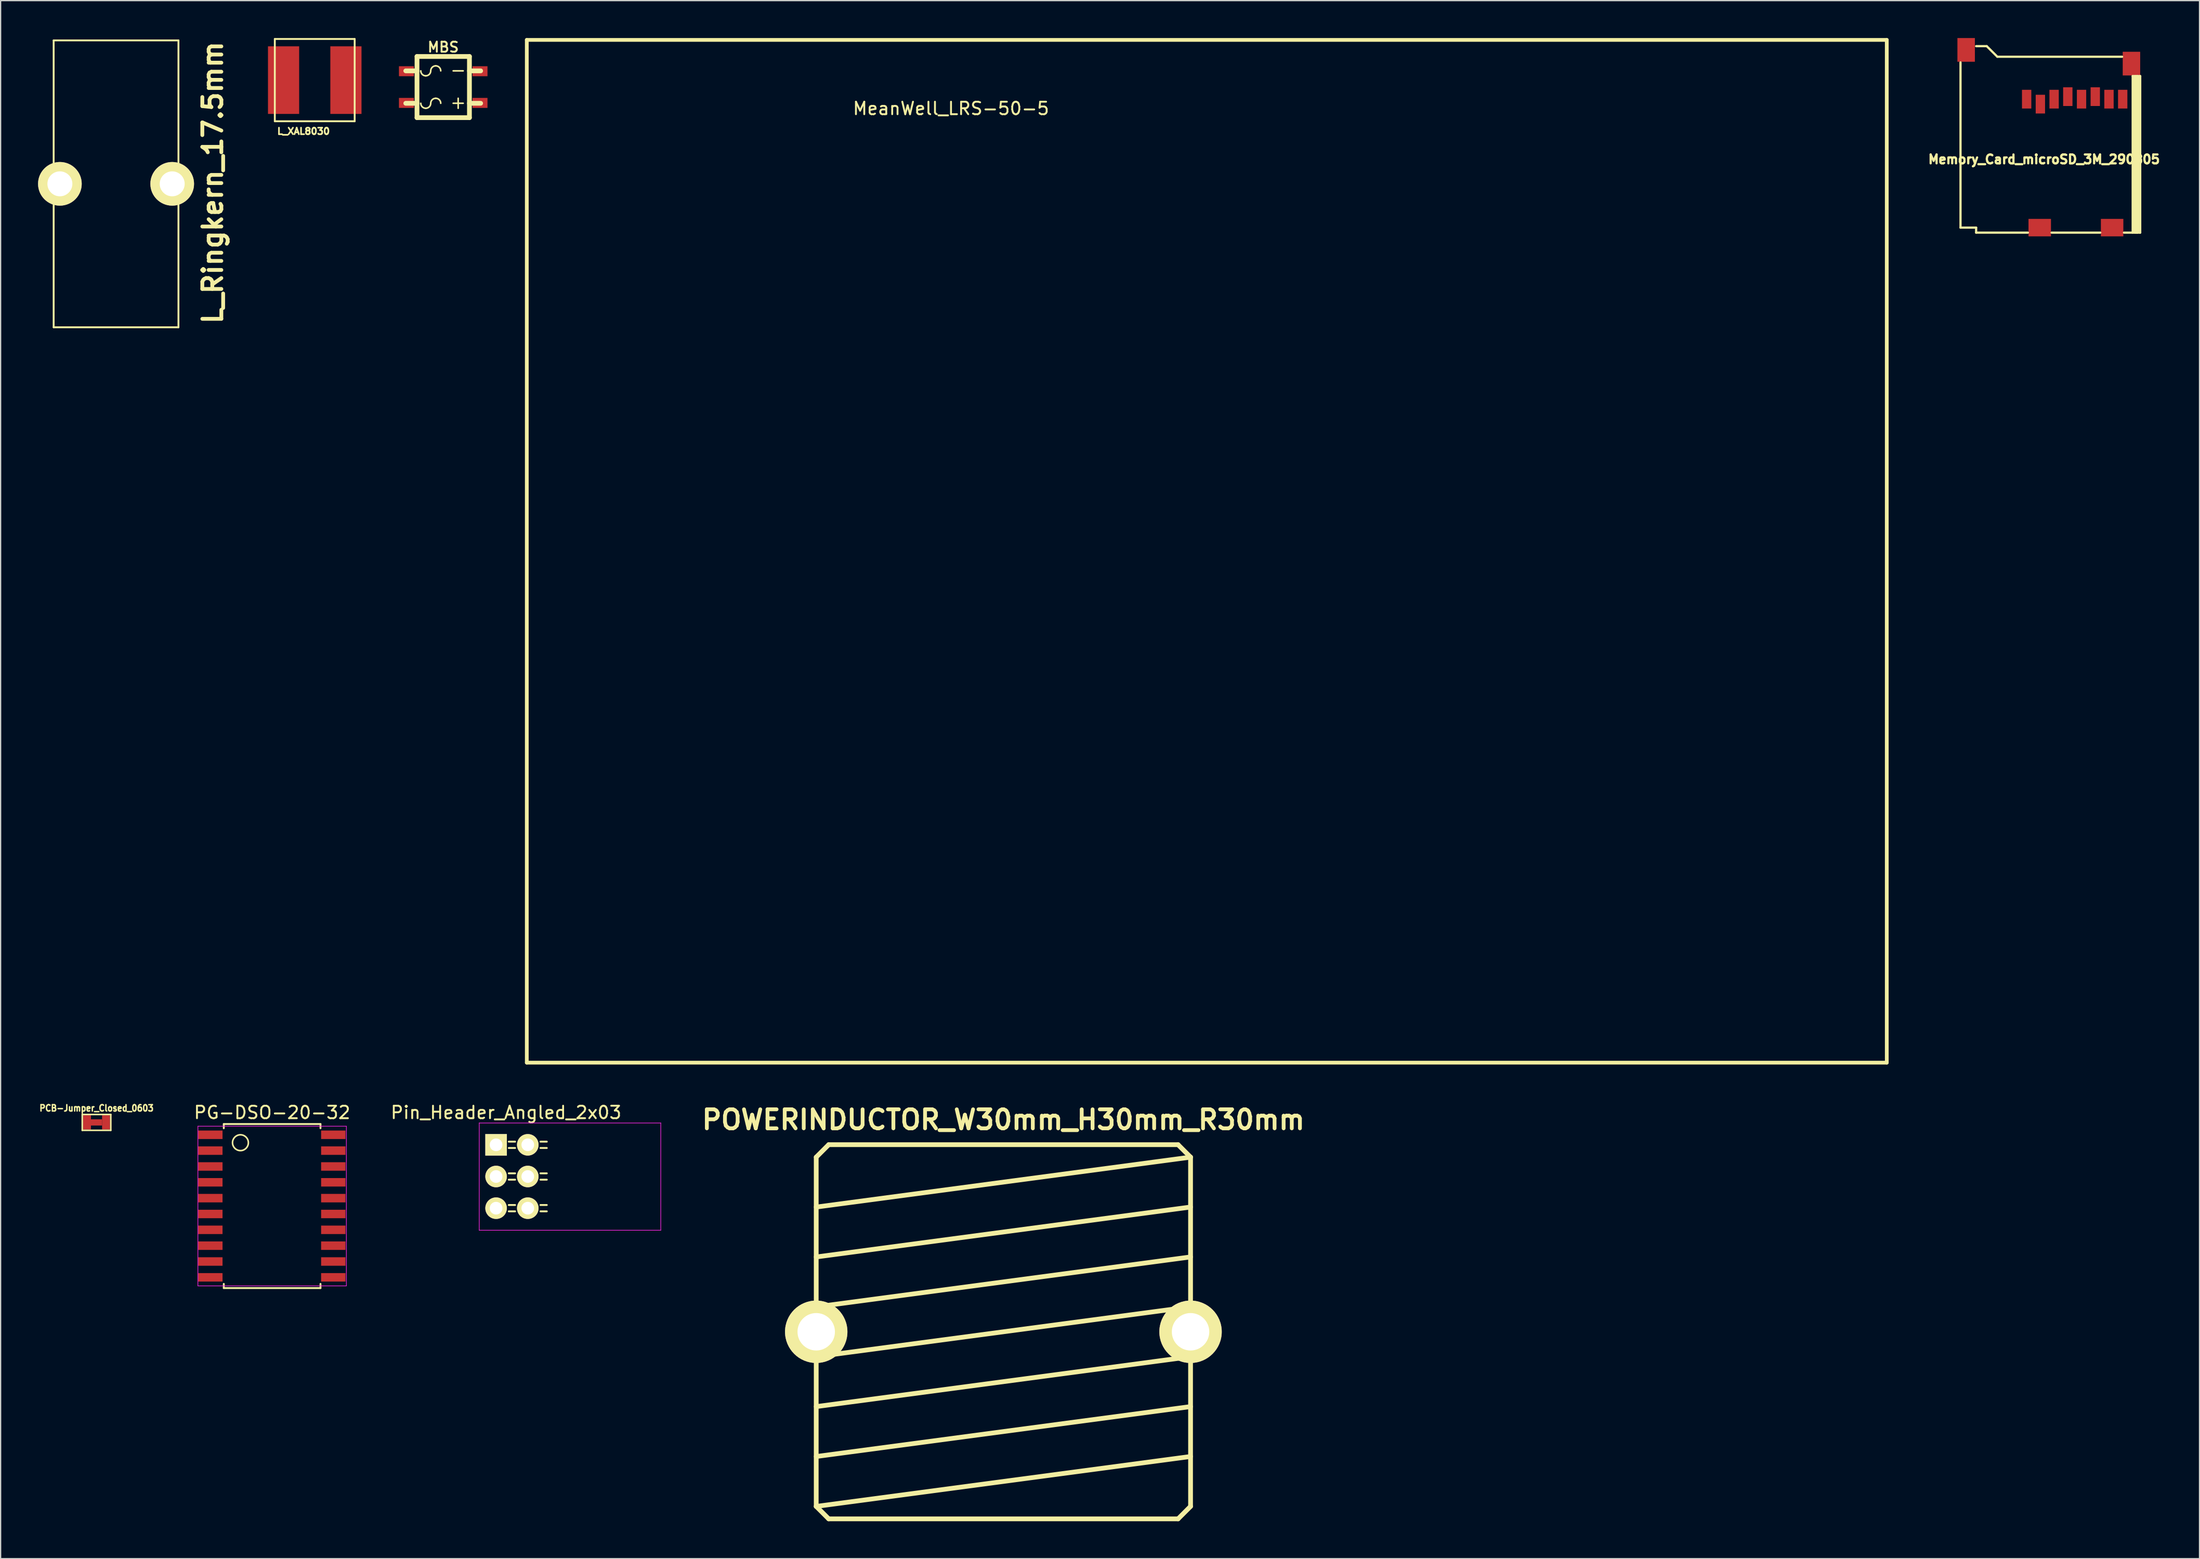
<source format=kicad_pcb>
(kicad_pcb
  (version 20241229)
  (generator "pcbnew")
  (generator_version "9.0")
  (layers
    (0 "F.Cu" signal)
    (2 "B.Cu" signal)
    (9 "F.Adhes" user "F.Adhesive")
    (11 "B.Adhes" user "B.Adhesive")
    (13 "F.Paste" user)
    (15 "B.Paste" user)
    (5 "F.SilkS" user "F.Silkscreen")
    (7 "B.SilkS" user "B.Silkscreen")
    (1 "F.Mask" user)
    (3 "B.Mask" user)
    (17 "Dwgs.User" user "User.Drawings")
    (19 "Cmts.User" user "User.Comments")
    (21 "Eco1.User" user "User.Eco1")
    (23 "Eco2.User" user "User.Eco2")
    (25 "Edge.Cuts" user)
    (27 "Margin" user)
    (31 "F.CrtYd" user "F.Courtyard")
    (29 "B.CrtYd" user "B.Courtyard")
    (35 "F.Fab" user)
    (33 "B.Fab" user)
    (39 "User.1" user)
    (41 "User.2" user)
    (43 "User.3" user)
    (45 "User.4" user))
  (footprint "PCB-Jumper_Closed_0603"
    (layer "F.Cu")
    (at 4.687 86.941)
    (property "Reference" "PCB-Jumper_Closed_0603" (at 0 -1.143 0) (layer "F.SilkS") (effects (font (size 0.508 0.457) (thickness 0.114))))
    (attr smd)
    (fp_line (start -1.143 -0.635) (end 1.143 -0.635) (stroke (width 0.127) (type solid)) (layer "F.SilkS"))
    (fp_line (start -1.143 0.635) (end -1.143 -0.635) (stroke (width 0.127) (type solid)) (layer "F.SilkS"))
    (fp_line (start 1.143 -0.635) (end 1.143 0.635) (stroke (width 0.127) (type solid)) (layer "F.SilkS"))
    (fp_line (start 1.143 0.635) (end -1.143 0.635) (stroke (width 0.127) (type solid)) (layer "F.SilkS"))
    (pad "" smd rect (at 0 0) (size 0.89 0.5) (layers "F.Cu" "F.Mask" "F.Paste"))
    (pad "1" smd rect (at -0.762 0) (size 0.635 1.143) (layers "F.Cu" "F.Mask" "F.Paste"))
    (pad "2" smd rect (at 0.762 0) (size 0.635 1.143) (layers "F.Cu" "F.Mask" "F.Paste")))
  (footprint "Pin_Header_Angled_2x03"
    (layer "F.Cu")
    (at 36.711 88.738)
    (property "Reference" "Pin_Header_Angled_2x03" (at 0.8 -2.59 0) (layer "F.SilkS") (effects (font (size 1 1) (thickness 0.15))))
    (attr through_hole)
    (fp_line (start 1.524 -0.254) (end 1.016 -0.254) (stroke (width 0.15) (type solid)) (layer "F.SilkS"))
    (fp_line (start 1.524 0.254) (end 1.016 0.254) (stroke (width 0.15) (type solid)) (layer "F.SilkS"))
    (fp_line (start 1.524 2.286) (end 1.016 2.286) (stroke (width 0.15) (type solid)) (layer "F.SilkS"))
    (fp_line (start 1.524 2.794) (end 1.016 2.794) (stroke (width 0.15) (type solid)) (layer "F.SilkS"))
    (fp_line (start 1.524 4.826) (end 1.016 4.826) (stroke (width 0.15) (type solid)) (layer "F.SilkS"))
    (fp_line (start 1.524 5.334) (end 1.016 5.334) (stroke (width 0.15) (type solid)) (layer "F.SilkS"))
    (fp_line (start 4.064 -0.254) (end 3.556 -0.254) (stroke (width 0.15) (type solid)) (layer "F.SilkS"))
    (fp_line (start 4.064 0.254) (end 3.556 0.254) (stroke (width 0.15) (type solid)) (layer "F.SilkS"))
    (fp_line (start 4.064 2.286) (end 3.556 2.286) (stroke (width 0.15) (type solid)) (layer "F.SilkS"))
    (fp_line (start 4.064 2.794) (end 3.556 2.794) (stroke (width 0.15) (type solid)) (layer "F.SilkS"))
    (fp_line (start 4.064 4.826) (end 3.556 4.826) (stroke (width 0.15) (type solid)) (layer "F.SilkS"))
    (fp_line (start 4.064 5.334) (end 3.556 5.334) (stroke (width 0.15) (type solid)) (layer "F.SilkS"))
    (fp_line (start -1.35 -1.75) (end -1.35 6.85) (stroke (width 0.05) (type solid)) (layer "F.CrtYd"))
    (fp_line (start -1.35 -1.75) (end 13.2 -1.75) (stroke (width 0.05) (type solid)) (layer "F.CrtYd"))
    (fp_line (start -1.35 6.85) (end 13.2 6.85) (stroke (width 0.05) (type solid)) (layer "F.CrtYd"))
    (fp_line (start 13.2 -1.75) (end 13.2 6.85) (stroke (width 0.05) (type solid)) (layer "F.CrtYd"))
    (pad "1" thru_hole rect (at 0 0) (size 1.727 1.727) (drill 1.016) (layers "*.Cu" "*.Mask" "F.SilkS"))
    (pad "2" thru_hole oval (at 2.54 0) (size 1.727 1.727) (drill 1.016) (layers "*.Cu" "*.Mask" "F.SilkS"))
    (pad "3" thru_hole oval (at 0 2.54) (size 1.727 1.727) (drill 1.016) (layers "*.Cu" "*.Mask" "F.SilkS"))
    (pad "4" thru_hole oval (at 2.54 2.54) (size 1.727 1.727) (drill 1.016) (layers "*.Cu" "*.Mask" "F.SilkS"))
    (pad "5" thru_hole oval (at 0 5.08) (size 1.727 1.727) (drill 1.016) (layers "*.Cu" "*.Mask" "F.SilkS"))
    (pad "6" thru_hole oval (at 2.54 5.08) (size 1.727 1.727) (drill 1.016) (layers "*.Cu" "*.Mask" "F.SilkS")))
  (footprint "L_XAL8030"
    (layer "F.Cu")
    (at 22.176 3.374)
    (property "Reference" "L_XAL8030" (at -0.899 4.1 0) (layer "F.SilkS") (effects (font (size 0.523 0.523) (thickness 0.132))))
    (attr through_hole)
    (fp_line (start -3.2 -3.299) (end 3.2 -3.299) (stroke (width 0.15) (type solid)) (layer "F.SilkS"))
    (fp_line (start -3.2 3.299) (end -3.2 -3.299) (stroke (width 0.15) (type solid)) (layer "F.SilkS"))
    (fp_line (start 3.2 -3.299) (end 3.2 3.299) (stroke (width 0.15) (type solid)) (layer "F.SilkS"))
    (fp_line (start 3.2 3.299) (end -3.2 3.299) (stroke (width 0.15) (type solid)) (layer "F.SilkS"))
    (pad "1" smd rect (at -2.499 0) (size 2.499 5.42) (layers "F.Cu" "F.Mask" "F.Paste"))
    (pad "2" smd rect (at 2.499 0) (size 2.499 5.42) (layers "F.Cu" "F.Mask" "F.Paste")))
  (footprint "POWERINDUCTOR_W30mm_H30mm_R30mm"
    (layer "F.Cu")
    (at 77.37 103.727)
    (property "Reference" "POWERINDUCTOR_W30mm_H30mm_R30mm" (at 0 -17 0) (layer "F.SilkS") (effects (font (size 1.524 1.524) (thickness 0.305))))
    (attr through_hole)
    (fp_line (start -15.001 -14) (end -14 -15.001) (stroke (width 0.381) (type solid)) (layer "F.SilkS"))
    (fp_line (start -15.001 -10) (end 15.001 -14) (stroke (width 0.381) (type solid)) (layer "F.SilkS"))
    (fp_line (start -15.001 -5.999) (end 15.001 -10) (stroke (width 0.381) (type solid)) (layer "F.SilkS"))
    (fp_line (start -15.001 -1.999) (end 15.001 -5.999) (stroke (width 0.381) (type solid)) (layer "F.SilkS"))
    (fp_line (start -15.001 0) (end -15.001 -14) (stroke (width 0.381) (type solid)) (layer "F.SilkS"))
    (fp_line (start -15.001 1.999) (end 15.001 -1.999) (stroke (width 0.381) (type solid)) (layer "F.SilkS"))
    (fp_line (start -15.001 5.999) (end 15.001 1.999) (stroke (width 0.381) (type solid)) (layer "F.SilkS"))
    (fp_line (start -15.001 10) (end 15.001 5.999) (stroke (width 0.381) (type solid)) (layer "F.SilkS"))
    (fp_line (start -15.001 14) (end -15.001 0) (stroke (width 0.381) (type solid)) (layer "F.SilkS"))
    (fp_line (start -15.001 14) (end 15.001 10) (stroke (width 0.381) (type solid)) (layer "F.SilkS"))
    (fp_line (start -14 -15.001) (end 14 -15.001) (stroke (width 0.381) (type solid)) (layer "F.SilkS"))
    (fp_line (start -14 15.001) (end -15.001 14) (stroke (width 0.381) (type solid)) (layer "F.SilkS"))
    (fp_line (start 14 -15.001) (end 15.001 -14) (stroke (width 0.381) (type solid)) (layer "F.SilkS"))
    (fp_line (start 14 15.001) (end -14 15.001) (stroke (width 0.381) (type solid)) (layer "F.SilkS"))
    (fp_line (start 15.001 -14) (end 15.001 14) (stroke (width 0.381) (type solid)) (layer "F.SilkS"))
    (fp_line (start 15.001 14) (end 14 15.001) (stroke (width 0.381) (type solid)) (layer "F.SilkS"))
    (pad "1" thru_hole circle (at -15.001 0) (size 5.001 5.001) (drill 3) (layers "*.Cu" "*.Mask" "F.SilkS"))
    (pad "2" thru_hole circle (at 15.001 0) (size 5.001 5.001) (drill 3) (layers "*.Cu" "*.Mask" "F.SilkS")))
  (footprint "Memory_Card_microSD_3M_290805"
    (layer "F.Cu")
    (at 159.383 4.9)
    (property "Reference" "Memory_Card_microSD_3M_290805" (at 1.397 4.826 0) (layer "F.SilkS") (effects (font (size 0.711 0.711) (thickness 0.178))))
    (attr through_hole)
    (fp_line (start -5.301 -2.949) (end -5.301 10.3) (stroke (width 0.178) (type solid)) (layer "F.SilkS"))
    (fp_line (start -5.301 10.3) (end -4.049 10.3) (stroke (width 0.178) (type solid)) (layer "F.SilkS"))
    (fp_line (start -4.049 10.701) (end -4.049 10.3) (stroke (width 0.178) (type solid)) (layer "F.SilkS"))
    (fp_line (start -3.2 -4.249) (end -4.049 -4.249) (stroke (width 0.178) (type solid)) (layer "F.SilkS"))
    (fp_line (start -2.349 -3.401) (end -3.2 -4.249) (stroke (width 0.178) (type solid)) (layer "F.SilkS"))
    (fp_line (start 0.099 10.701) (end -4.049 10.701) (stroke (width 0.178) (type solid)) (layer "F.SilkS"))
    (fp_line (start 5.9 10.701) (end 1.999 10.701) (stroke (width 0.178) (type solid)) (layer "F.SilkS"))
    (fp_line (start 7.65 -3.401) (end -2.349 -3.401) (stroke (width 0.178) (type solid)) (layer "F.SilkS"))
    (fp_line (start 8.499 -1.849) (end 8.499 10.701) (stroke (width 0.178) (type solid)) (layer "F.SilkS"))
    (fp_line (start 8.6 10.65) (end 8.6 -1.801) (stroke (width 0.178) (type solid)) (layer "F.SilkS"))
    (fp_line (start 8.7 -1.849) (end 8.7 10.701) (stroke (width 0.178) (type solid)) (layer "F.SilkS"))
    (fp_line (start 8.849 -1.849) (end 8.849 10.701) (stroke (width 0.178) (type solid)) (layer "F.SilkS"))
    (fp_line (start 8.849 10.701) (end 7.8 10.701) (stroke (width 0.178) (type solid)) (layer "F.SilkS"))
    (fp_line (start 8.951 10.65) (end 8.951 -1.801) (stroke (width 0.178) (type solid)) (layer "F.SilkS"))
    (fp_line (start 9.101 -1.849) (end 8.499 -1.849) (stroke (width 0.178) (type solid)) (layer "F.SilkS"))
    (fp_line (start 9.101 -1.849) (end 9.101 10.701) (stroke (width 0.178) (type solid)) (layer "F.SilkS"))
    (fp_line (start 9.101 10.701) (end 8.849 10.701) (stroke (width 0.178) (type solid)) (layer "F.SilkS"))
    (pad "1" smd rect (at 0 0) (size 0.749 1.501) (layers "F.Cu" "F.Mask" "F.Paste"))
    (pad "2" smd rect (at 1.1 0.399) (size 0.749 1.501) (layers "F.Cu" "F.Mask" "F.Paste"))
    (pad "3" smd rect (at 2.2 0) (size 0.749 1.501) (layers "F.Cu" "F.Mask" "F.Paste"))
    (pad "4" smd rect (at 3.299 -0.201) (size 0.749 1.501) (layers "F.Cu" "F.Mask" "F.Paste"))
    (pad "5" smd rect (at 4.399 0) (size 0.749 1.501) (layers "F.Cu" "F.Mask" "F.Paste"))
    (pad "6" smd rect (at 5.499 -0.201) (size 0.749 1.501) (layers "F.Cu" "F.Mask" "F.Paste"))
    (pad "7" smd rect (at 6.599 0) (size 0.749 1.501) (layers "F.Cu" "F.Mask" "F.Paste"))
    (pad "8" smd rect (at 7.699 0) (size 0.749 1.501) (layers "F.Cu" "F.Mask" "F.Paste"))
    (pad "9" smd rect (at -4.849 -3.95) (size 1.4 1.9) (layers "F.Cu" "F.Mask" "F.Paste"))
    (pad "9" smd rect (at 1.049 10.3) (size 1.801 1.4) (layers "F.Cu" "F.Mask" "F.Paste"))
    (pad "9" smd rect (at 6.85 10.3) (size 1.801 1.4) (layers "F.Cu" "F.Mask" "F.Paste"))
    (pad "9" smd rect (at 8.4 -2.85) (size 1.4 1.9) (layers "F.Cu" "F.Mask" "F.Paste")))
  (footprint "MBS"
    (layer "F.Cu")
    (at 32.473 3.931)
    (property "Reference" "MBS" (at 0 -3.2 0) (layer "F.SilkS") (effects (font (size 0.8 0.8) (thickness 0.15))))
    (attr through_hole)
    (fp_line (start -2.101 -2.451) (end -2.101 2.451) (stroke (width 0.381) (type solid)) (layer "F.SilkS"))
    (fp_line (start -2.101 -1.3) (end -3 -1.3) (stroke (width 0.381) (type solid)) (layer "F.SilkS"))
    (fp_line (start -2.101 1.3) (end -3 1.3) (stroke (width 0.381) (type solid)) (layer "F.SilkS"))
    (fp_line (start -2.101 2.451) (end 2.101 2.451) (stroke (width 0.381) (type solid)) (layer "F.SilkS"))
    (fp_line (start 1.199 0.899) (end 1.199 1.699) (stroke (width 0.127) (type solid)) (layer "F.SilkS"))
    (fp_line (start 1.6 -1.3) (end 0.8 -1.3) (stroke (width 0.127) (type solid)) (layer "F.SilkS"))
    (fp_line (start 1.6 1.298) (end 0.8 1.298) (stroke (width 0.127) (type solid)) (layer "F.SilkS"))
    (fp_line (start 2.101 -2.451) (end -2.101 -2.451) (stroke (width 0.381) (type solid)) (layer "F.SilkS"))
    (fp_line (start 2.101 -1.3) (end 3 -1.3) (stroke (width 0.381) (type solid)) (layer "F.SilkS"))
    (fp_line (start 2.101 1.3) (end 3 1.3) (stroke (width 0.381) (type solid)) (layer "F.SilkS"))
    (fp_line (start 2.101 2.451) (end 2.101 -2.451) (stroke (width 0.381) (type solid)) (layer "F.SilkS"))
    (fp_arc (start -1.39954 -0.9017) (mid -1.68152 -1.0185) (end -1.79832 -1.30048) (stroke (width 0.127) (type solid)) (layer "F.SilkS"))
    (fp_arc (start -1.39954 1.69926) (mid -1.68152 1.58246) (end -1.79832 1.30048) (stroke (width 0.127) (type solid)) (layer "F.SilkS"))
    (fp_arc (start -1.00076 -1.30048) (mid -1.11756 -1.0185) (end -1.39954 -0.9017) (stroke (width 0.127) (type solid)) (layer "F.SilkS"))
    (fp_arc (start -1.00076 -1.30048) (mid -0.883216 -1.584256) (end -0.59944 -1.7018) (stroke (width 0.127) (type solid)) (layer "F.SilkS"))
    (fp_arc (start -1.00076 1.30048) (mid -1.11756 1.58246) (end -1.39954 1.69926) (stroke (width 0.127) (type solid)) (layer "F.SilkS"))
    (fp_arc (start -1.00076 1.30048) (mid -0.883216 1.016704) (end -0.59944 0.89916) (stroke (width 0.127) (type solid)) (layer "F.SilkS"))
    (fp_arc (start -0.59944 -1.7018) (mid -0.315664 -1.584256) (end -0.19812 -1.30048) (stroke (width 0.127) (type solid)) (layer "F.SilkS"))
    (fp_arc (start -0.59944 0.89916) (mid -0.315664 1.016704) (end -0.19812 1.30048) (stroke (width 0.127) (type solid)) (layer "F.SilkS"))
    (pad "1" smd rect (at 2.949 1.27) (size 1.199 0.8) (layers "F.Cu" "F.Mask" "F.Paste"))
    (pad "2" smd rect (at -2.949 -1.27) (size 1.199 0.8) (layers "F.Cu" "F.Mask" "F.Paste"))
    (pad "3" smd rect (at 2.949 -1.27) (size 1.199 0.8) (layers "F.Cu" "F.Mask" "F.Paste"))
    (pad "4" smd rect (at -2.949 1.27) (size 1.199 0.8) (layers "F.Cu" "F.Mask" "F.Paste")))
  (footprint "L_Ringkern_17.5mm"
    (layer "F.Cu")
    (at 6.251 11.689)
    (property "Reference" "L_Ringkern_17.5mm" (at 7.75 -0.099 90) (layer "F.SilkS") (effects (font (size 1.524 1.524) (thickness 0.305))))
    (attr through_hole)
    (fp_line (start -5.001 -11.501) (end -5.001 11.501) (stroke (width 0.15) (type solid)) (layer "F.SilkS"))
    (fp_line (start -5.001 11.501) (end 5.001 11.501) (stroke (width 0.15) (type solid)) (layer "F.SilkS"))
    (fp_line (start 5.001 -11.501) (end -5.001 -11.501) (stroke (width 0.15) (type solid)) (layer "F.SilkS"))
    (fp_line (start 5.001 11.501) (end 5.001 -11.501) (stroke (width 0.15) (type solid)) (layer "F.SilkS"))
    (pad "1" thru_hole circle (at -4.501 0) (size 3.5 3.5) (drill 1.999) (layers "*.Cu" "*.Mask" "F.SilkS"))
    (pad "2" thru_hole circle (at 4.501 0) (size 3.5 3.5) (drill 1.999) (layers "*.Cu" "*.Mask" "F.SilkS")))
  (footprint "MeanWell_LRS-50-5"
    (layer "F.Cu")
    (at 93.672 41.15)
    (property "Reference" "MeanWell_LRS-50-5" (at -20.5 -35.5 0) (layer "F.SilkS") (effects (font (size 1 1) (thickness 0.15))))
    (attr through_hole)
    (fp_line (start -54.5 -41) (end -54.5 41) (stroke (width 0.3) (type solid)) (layer "F.SilkS"))
    (fp_line (start -54.5 -41) (end 54.5 -41) (stroke (width 0.3) (type solid)) (layer "F.SilkS"))
    (fp_line (start -54.5 41) (end 54.5 41) (stroke (width 0.3) (type solid)) (layer "F.SilkS"))
    (fp_line (start 54.5 -41) (end 54.5 41) (stroke (width 0.3) (type solid)) (layer "F.SilkS")))
  (footprint "PG-DSO-20-32"
    (layer "F.Cu")
    (at 18.761 93.648)
    (property "Reference" "PG-DSO-20-32" (at 0 -7.5 0) (layer "F.SilkS") (effects (font (size 1 1) (thickness 0.15))))
    (attr smd)
    (fp_line (start -3.875 -6.575) (end -3.875 -6.24) (stroke (width 0.15) (type solid)) (layer "F.SilkS"))
    (fp_line (start -3.875 -6.575) (end 3.875 -6.575) (stroke (width 0.15) (type solid)) (layer "F.SilkS"))
    (fp_line (start -3.875 6.575) (end -3.875 6.24) (stroke (width 0.15) (type solid)) (layer "F.SilkS"))
    (fp_line (start -3.875 6.575) (end 3.875 6.575) (stroke (width 0.15) (type solid)) (layer "F.SilkS"))
    (fp_line (start 3.875 -6.575) (end 3.875 -6.24) (stroke (width 0.15) (type solid)) (layer "F.SilkS"))
    (fp_line (start 3.875 6.575) (end 3.875 6.24) (stroke (width 0.15) (type solid)) (layer "F.SilkS"))
    (fp_circle (center -2.54 -5.08) (end -2.54 -5.715) (stroke (width 0.127) (type solid)) (fill no) (layer "F.SilkS"))
    (fp_line (start -5.95 -6.4) (end -5.95 6.4) (stroke (width 0.05) (type solid)) (layer "F.CrtYd"))
    (fp_line (start -5.95 -6.4) (end 5.95 -6.4) (stroke (width 0.05) (type solid)) (layer "F.CrtYd"))
    (fp_line (start -5.95 6.4) (end 5.95 6.4) (stroke (width 0.05) (type solid)) (layer "F.CrtYd"))
    (fp_line (start 5.95 -6.4) (end 5.95 6.4) (stroke (width 0.05) (type solid)) (layer "F.CrtYd"))
    (pad "1" smd rect (at -4.95 -5.715) (size 1.95 0.68) (layers "F.Cu" "F.Mask" "F.Paste"))
    (pad "2" smd rect (at -4.95 -4.445) (size 1.95 0.68) (layers "F.Cu" "F.Mask" "F.Paste"))
    (pad "3" smd rect (at -4.95 -3.175) (size 1.95 0.68) (layers "F.Cu" "F.Mask" "F.Paste"))
    (pad "4" smd rect (at -4.95 -1.905) (size 1.95 0.68) (layers "F.Cu" "F.Mask" "F.Paste"))
    (pad "5" smd rect (at -4.95 -0.635) (size 1.95 0.68) (layers "F.Cu" "F.Mask" "F.Paste"))
    (pad "6" smd rect (at -4.95 0.635) (size 1.95 0.68) (layers "F.Cu" "F.Mask" "F.Paste"))
    (pad "7" smd rect (at -4.95 1.905) (size 1.95 0.68) (layers "F.Cu" "F.Mask" "F.Paste"))
    (pad "8" smd rect (at -4.95 3.175) (size 1.95 0.68) (layers "F.Cu" "F.Mask" "F.Paste"))
    (pad "9" smd rect (at -4.95 4.445) (size 1.95 0.68) (layers "F.Cu" "F.Mask" "F.Paste"))
    (pad "10" smd rect (at -4.95 5.715) (size 1.95 0.68) (layers "F.Cu" "F.Mask" "F.Paste"))
    (pad "11" smd rect (at 4.9 5.715) (size 1.95 0.68) (layers "F.Cu" "F.Mask" "F.Paste"))
    (pad "12" smd rect (at 4.9 4.445) (size 1.95 0.68) (layers "F.Cu" "F.Mask" "F.Paste"))
    (pad "13" smd rect (at 4.9 3.175) (size 1.95 0.68) (layers "F.Cu" "F.Mask" "F.Paste"))
    (pad "14" smd rect (at 4.9 1.905) (size 1.95 0.68) (layers "F.Cu" "F.Mask" "F.Paste"))
    (pad "15" smd rect (at 4.9 0.635) (size 1.95 0.68) (layers "F.Cu" "F.Mask" "F.Paste"))
    (pad "16" smd rect (at 4.9 -0.635) (size 1.95 0.68) (layers "F.Cu" "F.Mask" "F.Paste"))
    (pad "17" smd rect (at 4.9 -1.905) (size 1.95 0.68) (layers "F.Cu" "F.Mask" "F.Paste"))
    (pad "18" smd rect (at 4.9 -3.175) (size 1.95 0.68) (layers "F.Cu" "F.Mask" "F.Paste"))
    (pad "19" smd rect (at 4.9 -4.445) (size 1.95 0.68) (layers "F.Cu" "F.Mask" "F.Paste"))
    (pad "20" smd rect (at 4.9 -5.715) (size 1.95 0.68) (layers "F.Cu" "F.Mask" "F.Paste")))
  (gr_rect
    (start -3 -3)
    (end 173.238 121.918)
    (stroke (width 0.1) (type default))
    (fill no)
    (layer "Edge.Cuts")))
</source>
